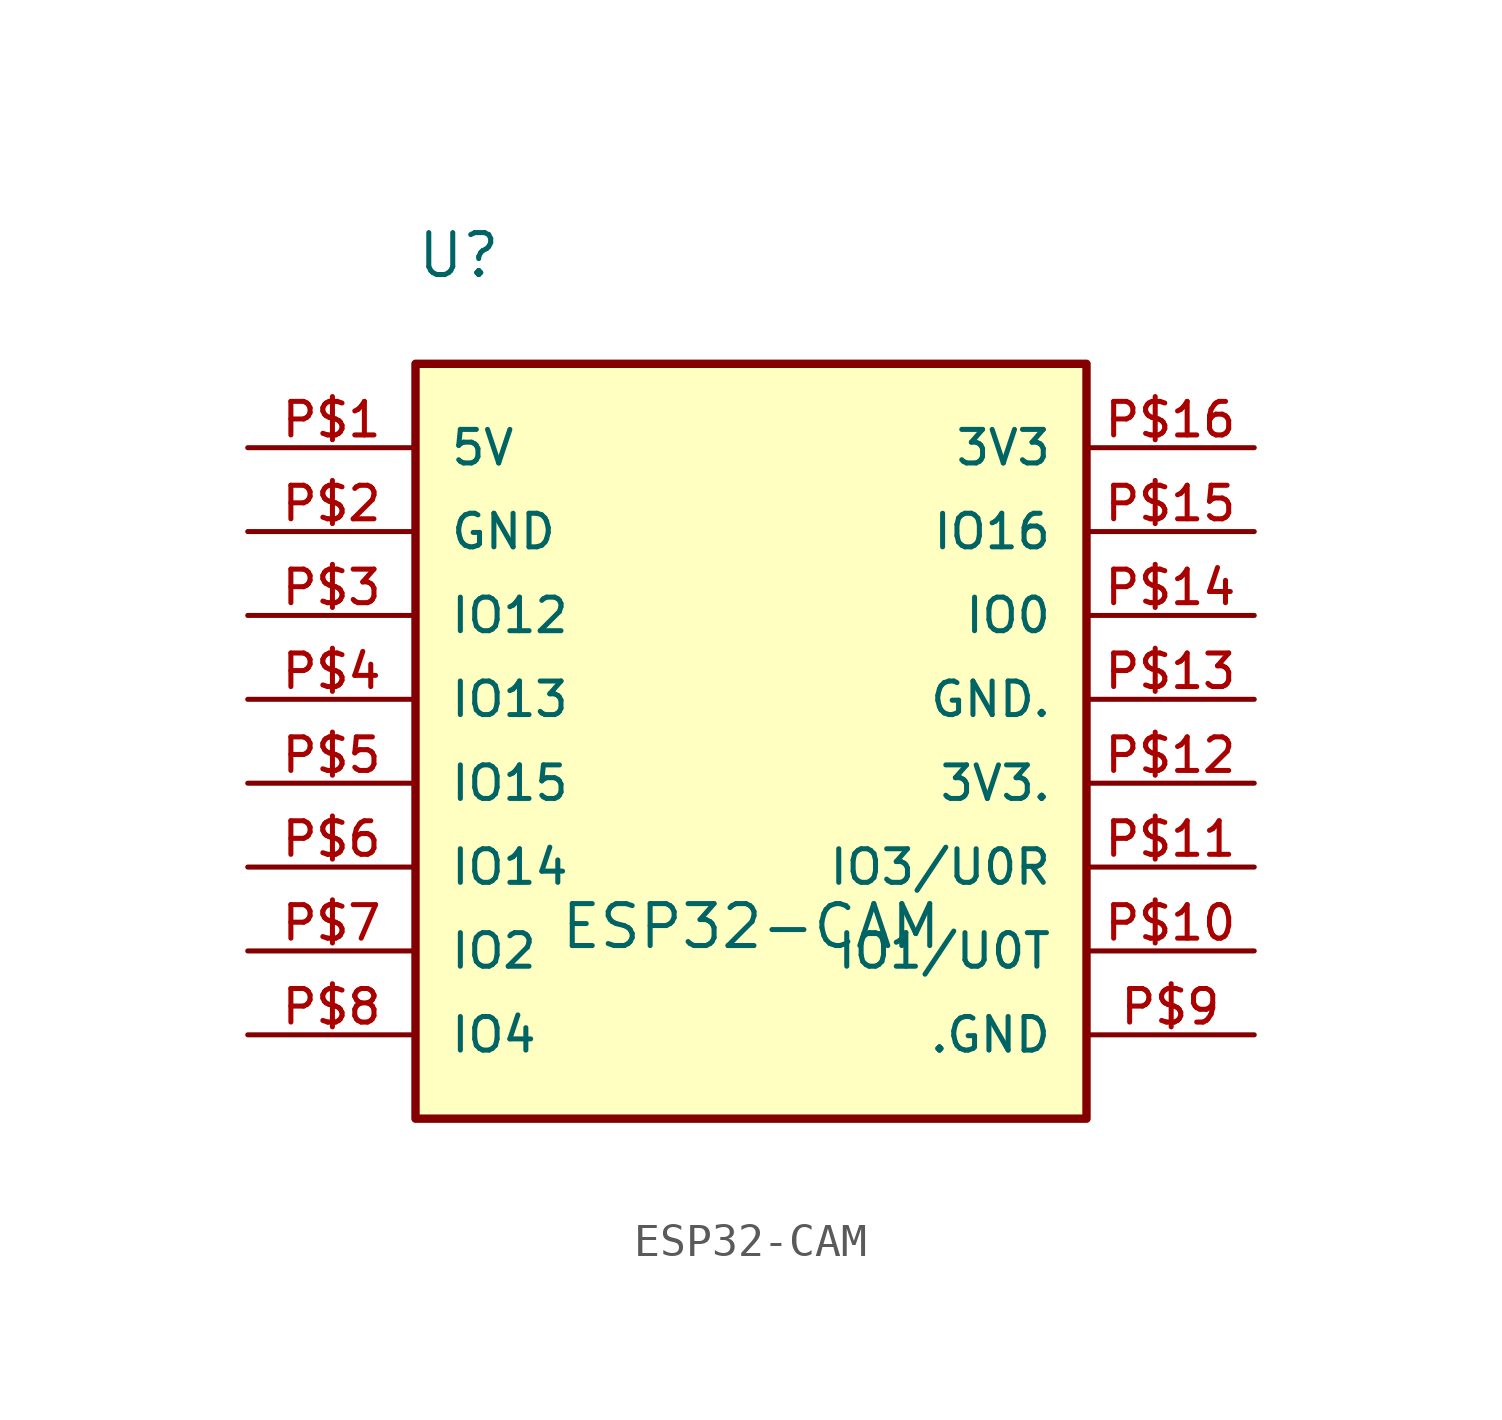
<source format=kicad_sym>
(kicad_symbol_lib
  (version 20211014)
  (generator kicad_symbol_editor)
  (symbol "ESP32-CAM"
    (pin_names
      (offset 1.016))
    (property "Reference" "U"
      (at -10.16 20.32 0)
      (effects (font (size 1.27 1.27)) (justify bottom left)))
    (property "Value" "ESP32-CAM"
      (at 0 0.0 0)
      (effects (font (size 1.27 1.27)) (justify bottom)))
    (symbol "ESP32-CAM_0_0"
      (rectangle (start -10.16 -5.08) (end 10.16 17.78) (stroke (width 0.254)) (fill (type background)))
      (pin bidirectional line (at -15.24 15.24 0) (length 5.08) (name "5V" (effects (font (size 1.016 1.016)))) (number "P$1" (effects (font (size 1.016 1.016)))))
      (pin bidirectional line (at -15.24 12.7 0) (length 5.08) (name "GND" (effects (font (size 1.016 1.016)))) (number "P$2" (effects (font (size 1.016 1.016)))))
      (pin bidirectional line (at -15.24 10.16 0) (length 5.08) (name "IO12" (effects (font (size 1.016 1.016)))) (number "P$3" (effects (font (size 1.016 1.016)))))
      (pin bidirectional line (at -15.24 7.62 0) (length 5.08) (name "IO13" (effects (font (size 1.016 1.016)))) (number "P$4" (effects (font (size 1.016 1.016)))))
      (pin bidirectional line (at -15.24 5.08 0) (length 5.08) (name "IO15" (effects (font (size 1.016 1.016)))) (number "P$5" (effects (font (size 1.016 1.016)))))
      (pin bidirectional line (at -15.24 2.54 0) (length 5.08) (name "IO14" (effects (font (size 1.016 1.016)))) (number "P$6" (effects (font (size 1.016 1.016)))))
      (pin bidirectional line (at -15.24 0.0 0) (length 5.08) (name "IO2" (effects (font (size 1.016 1.016)))) (number "P$7" (effects (font (size 1.016 1.016)))))
      (pin bidirectional line (at -15.24 -2.54 0) (length 5.08) (name "IO4" (effects (font (size 1.016 1.016)))) (number "P$8" (effects (font (size 1.016 1.016)))))
      (pin bidirectional line (at 15.24 -2.54 180.0) (length 5.08) (name ".GND" (effects (font (size 1.016 1.016)))) (number "P$9" (effects (font (size 1.016 1.016)))))
      (pin bidirectional line (at 15.24 0.0 180.0) (length 5.08) (name "IO1/U0T" (effects (font (size 1.016 1.016)))) (number "P$10" (effects (font (size 1.016 1.016)))))
      (pin bidirectional line (at 15.24 2.54 180.0) (length 5.08) (name "IO3/U0R" (effects (font (size 1.016 1.016)))) (number "P$11" (effects (font (size 1.016 1.016)))))
      (pin bidirectional line (at 15.24 5.08 180.0) (length 5.08) (name "3V3." (effects (font (size 1.016 1.016)))) (number "P$12" (effects (font (size 1.016 1.016)))))
      (pin bidirectional line (at 15.24 7.62 180.0) (length 5.08) (name "GND." (effects (font (size 1.016 1.016)))) (number "P$13" (effects (font (size 1.016 1.016)))))
      (pin bidirectional line (at 15.24 10.16 180.0) (length 5.08) (name "IO0" (effects (font (size 1.016 1.016)))) (number "P$14" (effects (font (size 1.016 1.016)))))
      (pin bidirectional line (at 15.24 12.7 180.0) (length 5.08) (name "IO16" (effects (font (size 1.016 1.016)))) (number "P$15" (effects (font (size 1.016 1.016)))))
      (pin bidirectional line (at 15.24 15.24 180.0) (length 5.08) (name "3V3" (effects (font (size 1.016 1.016)))) (number "P$16" (effects (font (size 1.016 1.016))))))))
</source>
